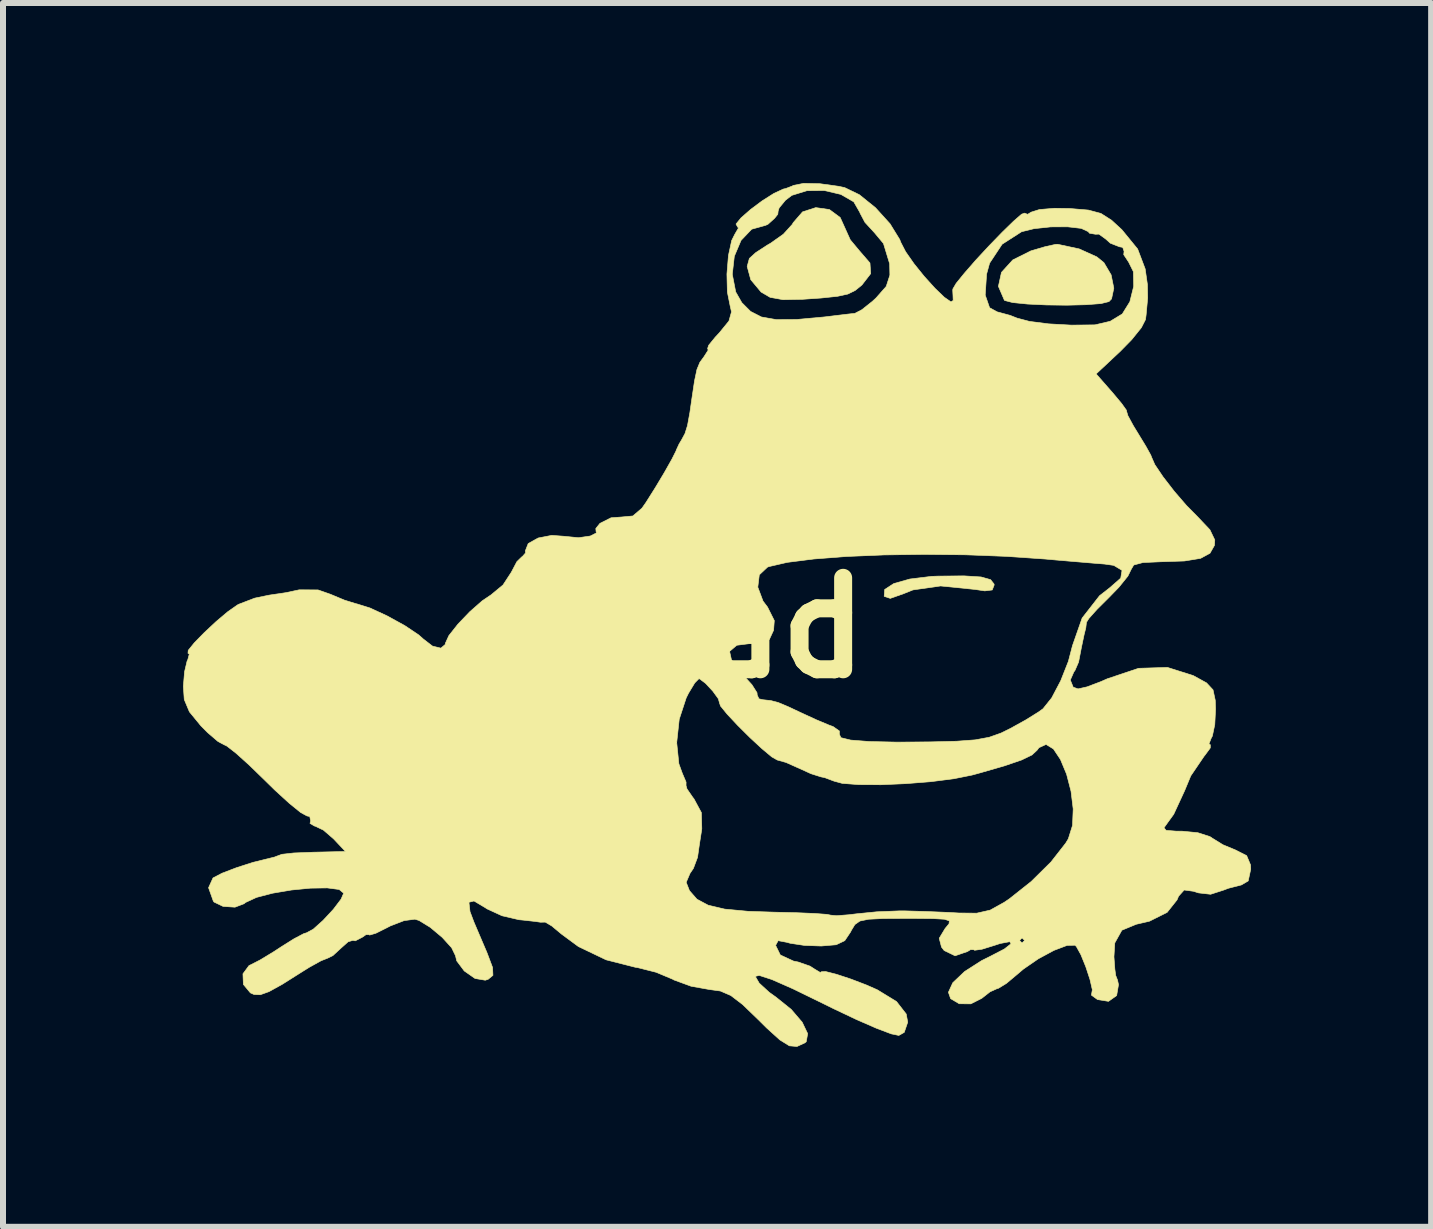
<source format=kicad_pcb>
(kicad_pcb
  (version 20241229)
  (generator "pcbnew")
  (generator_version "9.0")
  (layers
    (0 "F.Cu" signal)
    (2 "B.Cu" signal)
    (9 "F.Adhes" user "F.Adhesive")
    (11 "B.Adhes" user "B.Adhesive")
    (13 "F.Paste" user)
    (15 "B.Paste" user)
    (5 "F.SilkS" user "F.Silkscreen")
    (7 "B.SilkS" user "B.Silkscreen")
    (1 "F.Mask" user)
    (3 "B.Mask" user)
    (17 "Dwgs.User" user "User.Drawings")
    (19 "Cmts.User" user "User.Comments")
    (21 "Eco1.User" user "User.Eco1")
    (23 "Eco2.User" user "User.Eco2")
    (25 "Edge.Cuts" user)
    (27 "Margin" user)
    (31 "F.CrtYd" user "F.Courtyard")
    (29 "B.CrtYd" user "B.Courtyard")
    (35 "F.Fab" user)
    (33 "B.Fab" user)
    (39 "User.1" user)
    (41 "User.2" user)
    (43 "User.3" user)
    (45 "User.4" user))
  (footprint "toad"
    (layer "F.Cu")
    (at 8.857 7.412)
    (property "Reference" "toad" (at 0 0 0) (layer "F.SilkS") (effects (font (size 1.524 1.524) (thickness 0.3))))
    (attr through_hole)
    (fp_poly (pts (xy 4.439 -0.849) (xy 4.598 -0.804) (xy 4.656 -0.73) (xy 4.657 -0.714) (xy 4.625 -0.632) (xy 4.501 -0.617) (xy 4.339 -0.641) (xy 3.764 -0.699) (xy 3.304 -0.633) (xy 3.147 -0.57) (xy 2.926 -0.492) (xy 2.825 -0.526) (xy 2.833 -0.64) (xy 2.985 -0.739) (xy 3.254 -0.815) (xy 3.616 -0.859) (xy 3.725 -0.863) (xy 4.155 -0.867) (xy 4.439 -0.849)) (stroke (width 0.01) (type solid)) (fill yes) (layer "F.SilkS"))
    (fp_poly (pts (xy 6.074 -6.315) (xy 6.368 -6.182) (xy 6.486 -6.086) (xy 6.606 -5.883) (xy 6.651 -5.66) (xy 6.613 -5.482) (xy 6.57 -5.437) (xy 6.437 -5.404) (xy 6.189 -5.385) (xy 5.871 -5.377) (xy 5.531 -5.381) (xy 5.214 -5.396) (xy 4.966 -5.421) (xy 4.834 -5.455) (xy 4.827 -5.461) (xy 4.728 -5.691) (xy 4.779 -5.924) (xy 4.967 -6.131) (xy 5.269 -6.282) (xy 5.507 -6.352) (xy 5.679 -6.39) (xy 5.715 -6.392) (xy 6.074 -6.315)) (stroke (width 0.01) (type solid)) (fill yes) (layer "F.SilkS"))
    (fp_poly (pts (xy 1.912 -6.971) (xy 2.092 -6.838) (xy 2.158 -6.692) (xy 2.26 -6.466) (xy 2.417 -6.278) (xy 2.588 -6.08) (xy 2.6 -5.903) (xy 2.455 -5.715) (xy 2.452 -5.712) (xy 2.341 -5.622) (xy 2.22 -5.563) (xy 2.047 -5.525) (xy 1.78 -5.497) (xy 1.463 -5.475) (xy 1.139 -5.469) (xy 0.924 -5.508) (xy 0.774 -5.596) (xy 0.602 -5.802) (xy 0.542 -6.023) (xy 0.579 -6.157) (xy 0.685 -6.253) (xy 0.877 -6.378) (xy 0.931 -6.409) (xy 1.145 -6.56) (xy 1.294 -6.724) (xy 1.309 -6.752) (xy 1.465 -6.932) (xy 1.685 -7.003) (xy 1.912 -6.971)) (stroke (width 0.01) (type solid)) (fill yes) (layer "F.SilkS"))
    (fp_poly (pts (xy 1.755 -7.401) (xy 2.066 -7.358) (xy 2.167 -7.336) (xy 2.411 -7.218) (xy 2.68 -7.001) (xy 2.922 -6.734) (xy 3.084 -6.471) (xy 3.101 -6.425) (xy 3.182 -6.268) (xy 3.321 -6.069) (xy 3.492 -5.857) (xy 3.67 -5.66) (xy 3.827 -5.509) (xy 3.938 -5.432) (xy 3.976 -5.457) (xy 3.974 -5.468) (xy 3.971 -5.546) (xy 4.508 -5.546) (xy 4.581 -5.335) (xy 4.707 -5.266) (xy 4.922 -5.208) (xy 5.038 -5.162) (xy 5.245 -5.107) (xy 5.565 -5.066) (xy 5.942 -5.045) (xy 6.319 -5.049) (xy 6.34 -5.05) (xy 6.591 -5.109) (xy 6.792 -5.231) (xy 6.918 -5.434) (xy 6.982 -5.691) (xy 6.977 -5.936) (xy 6.895 -6.101) (xy 6.894 -6.101) (xy 6.816 -6.219) (xy 6.822 -6.275) (xy 6.799 -6.341) (xy 6.746 -6.35) (xy 6.593 -6.41) (xy 6.52 -6.476) (xy 6.403 -6.561) (xy 6.346 -6.559) (xy 6.246 -6.576) (xy 6.224 -6.603) (xy 6.108 -6.657) (xy 5.881 -6.683) (xy 5.599 -6.682) (xy 5.321 -6.652) (xy 5.114 -6.601) (xy 4.79 -6.393) (xy 4.581 -6.077) (xy 4.531 -5.895) (xy 4.508 -5.546) (xy 3.971 -5.546) (xy 3.967 -5.622) (xy 3.969 -5.647) (xy 4.024 -5.741) (xy 4.162 -5.911) (xy 4.353 -6.13) (xy 4.572 -6.366) (xy 4.791 -6.592) (xy 4.981 -6.777) (xy 5.114 -6.893) (xy 5.164 -6.911) (xy 5.215 -6.891) (xy 5.273 -6.927) (xy 5.412 -6.971) (xy 5.664 -6.992) (xy 5.917 -6.988) (xy 6.227 -6.962) (xy 6.436 -6.906) (xy 6.613 -6.793) (xy 6.785 -6.635) (xy 7.048 -6.313) (xy 7.173 -5.983) (xy 7.175 -5.971) (xy 7.211 -5.719) (xy 7.215 -5.497) (xy 7.189 -5.216) (xy 7.179 -5.138) (xy 7.11 -5.003) (xy 6.949 -4.803) (xy 6.758 -4.608) (xy 6.356 -4.232) (xy 6.628 -3.922) (xy 6.778 -3.743) (xy 6.86 -3.628) (xy 6.865 -3.605) (xy 6.885 -3.537) (xy 6.975 -3.371) (xy 7.055 -3.24) (xy 7.185 -3.027) (xy 7.267 -2.879) (xy 7.281 -2.842) (xy 7.334 -2.721) (xy 7.47 -2.519) (xy 7.657 -2.277) (xy 7.863 -2.038) (xy 8.044 -1.855) (xy 8.252 -1.635) (xy 8.333 -1.466) (xy 8.328 -1.376) (xy 8.253 -1.244) (xy 8.096 -1.159) (xy 7.826 -1.115) (xy 7.429 -1.102) (xy 7.136 -1.089) (xy 6.983 -1.048) (xy 6.943 -0.981) (xy 6.885 -0.863) (xy 6.735 -0.677) (xy 6.566 -0.503) (xy 6.369 -0.307) (xy 6.235 -0.157) (xy 6.195 -0.093) (xy 6.184 0) (xy 6.156 0.112) (xy 6.111 0.326) (xy 6.064 0.569) (xy 6.002 0.712) (xy 5.986 0.731) (xy 5.926 0.868) (xy 5.974 0.987) (xy 6.055 1.016) (xy 6.205 0.982) (xy 6.435 0.895) (xy 6.541 0.848) (xy 7.063 0.673) (xy 7.544 0.658) (xy 7.974 0.794) (xy 8.196 0.916) (xy 8.304 1.032) (xy 8.341 1.206) (xy 8.346 1.356) (xy 8.333 1.611) (xy 8.293 1.801) (xy 8.272 1.841) (xy 8.236 1.933) (xy 8.259 1.947) (xy 8.258 2) (xy 8.164 2.128) (xy 8.155 2.138) (xy 7.933 2.465) (xy 7.832 2.709) (xy 7.649 3.105) (xy 7.552 3.239) (xy 7.487 3.33) (xy 7.522 3.373) (xy 7.686 3.386) (xy 7.791 3.387) (xy 8.05 3.412) (xy 8.252 3.477) (xy 8.291 3.503) (xy 8.469 3.613) (xy 8.678 3.7) (xy 8.864 3.794) (xy 8.929 3.949) (xy 8.932 4.021) (xy 8.89 4.216) (xy 8.778 4.282) (xy 8.56 4.338) (xy 8.481 4.368) (xy 8.264 4.438) (xy 8.062 4.415) (xy 7.977 4.388) (xy 7.823 4.367) (xy 7.73 4.47) (xy 7.704 4.532) (xy 7.539 4.74) (xy 7.244 4.887) (xy 7.024 4.938) (xy 6.785 5.037) (xy 6.667 5.249) (xy 6.653 5.48) (xy 6.668 5.685) (xy 6.683 5.794) (xy 6.686 5.8) (xy 6.713 5.869) (xy 6.729 5.944) (xy 6.698 6.126) (xy 6.562 6.222) (xy 6.378 6.192) (xy 6.376 6.19) (xy 6.278 6.119) (xy 6.281 6.099) (xy 6.293 6.029) (xy 6.254 5.859) (xy 6.184 5.646) (xy 6.102 5.444) (xy 6.027 5.309) (xy 6.004 5.287) (xy 5.872 5.29) (xy 5.653 5.373) (xy 5.395 5.512) (xy 5.145 5.684) (xy 5.038 5.775) (xy 4.86 5.924) (xy 4.727 6.005) (xy 4.704 6.011) (xy 4.589 6.063) (xy 4.45 6.172) (xy 4.268 6.264) (xy 4.075 6.262) (xy 3.932 6.177) (xy 3.895 6.071) (xy 3.968 5.912) (xy 4.165 5.725) (xy 4.449 5.543) (xy 4.59 5.473) (xy 4.827 5.35) (xy 4.938 5.263) (xy 4.917 5.228) (xy 4.758 5.258) (xy 4.66 5.29) (xy 4.453 5.354) (xy 4.331 5.371) (xy 4.318 5.362) (xy 4.265 5.36) (xy 4.212 5.392) (xy 4.006 5.463) (xy 3.824 5.375) (xy 3.78 5.318) (xy 3.751 5.207) (xy 5.08 5.207) (xy 5.122 5.249) (xy 5.165 5.207) (xy 5.122 5.165) (xy 5.08 5.207) (xy 3.751 5.207) (xy 3.742 5.171) (xy 3.839 5.01) (xy 3.841 5.007) (xy 3.905 4.93) (xy 3.91 4.881) (xy 3.83 4.854) (xy 3.639 4.843) (xy 3.313 4.84) (xy 3.183 4.84) (xy 2.807 4.842) (xy 2.565 4.854) (xy 2.42 4.884) (xy 2.337 4.942) (xy 2.279 5.037) (xy 2.265 5.066) (xy 2.168 5.211) (xy 2.025 5.279) (xy 1.776 5.3) (xy 1.496 5.29) (xy 1.258 5.254) (xy 1.206 5.239) (xy 1.058 5.211) (xy 1.016 5.289) (xy 1.094 5.449) (xy 1.314 5.551) (xy 1.39 5.566) (xy 1.589 5.635) (xy 1.666 5.685) (xy 1.76 5.741) (xy 1.778 5.729) (xy 1.848 5.725) (xy 2.029 5.771) (xy 2.271 5.851) (xy 2.53 5.95) (xy 2.709 6.029) (xy 3.03 6.225) (xy 3.192 6.433) (xy 3.217 6.569) (xy 3.159 6.739) (xy 3.069 6.79) (xy 2.944 6.764) (xy 2.7 6.672) (xy 2.367 6.527) (xy 1.977 6.342) (xy 1.799 6.254) (xy 1.305 6.013) (xy 0.953 5.858) (xy 0.743 5.79) (xy 0.677 5.806) (xy 0.743 5.919) (xy 0.909 6.071) (xy 1.022 6.152) (xy 1.276 6.356) (xy 1.459 6.57) (xy 1.55 6.76) (xy 1.526 6.895) (xy 1.503 6.914) (xy 1.372 6.974) (xy 1.245 6.963) (xy 1.087 6.865) (xy 0.866 6.665) (xy 0.727 6.527) (xy 0.466 6.275) (xy 0.27 6.125) (xy 0.096 6.05) (xy -0.091 6.024) (xy -0.393 5.97) (xy -0.677 5.866) (xy -0.702 5.852) (xy -0.974 5.738) (xy -1.282 5.66) (xy -1.322 5.654) (xy -1.809 5.53) (xy -2.27 5.309) (xy -2.553 5.1) (xy -2.714 4.966) (xy -2.82 4.903) (xy -2.828 4.902) (xy -2.9 4.904) (xy -2.989 4.891) (xy -3.186 4.869) (xy -3.26 4.862) (xy -3.543 4.796) (xy -3.795 4.68) (xy -3.821 4.662) (xy -4.009 4.55) (xy -4.094 4.571) (xy -4.076 4.727) (xy -4.011 4.9) (xy -3.899 5.163) (xy -3.799 5.397) (xy -3.79 5.419) (xy -3.7 5.658) (xy -3.694 5.789) (xy -3.774 5.855) (xy -3.822 5.87) (xy -3.992 5.841) (xy -4.172 5.715) (xy -4.297 5.548) (xy -4.318 5.461) (xy -4.382 5.329) (xy -4.539 5.156) (xy -4.737 4.99) (xy -4.924 4.875) (xy -4.994 4.853) (xy -5.174 4.877) (xy -5.407 4.967) (xy -5.46 4.995) (xy -5.644 5.087) (xy -5.749 5.118) (xy -5.757 5.111) (xy -5.809 5.111) (xy -5.871 5.154) (xy -5.988 5.214) (xy -6.027 5.206) (xy -6.106 5.229) (xy -6.223 5.333) (xy -6.361 5.46) (xy -6.449 5.503) (xy -6.558 5.546) (xy -6.753 5.654) (xy -6.881 5.734) (xy -7.206 5.939) (xy -7.425 6.06) (xy -7.57 6.112) (xy -7.674 6.108) (xy -7.735 6.081) (xy -7.852 5.94) (xy -7.859 5.763) (xy -7.758 5.626) (xy -7.726 5.611) (xy -7.57 5.531) (xy -7.343 5.393) (xy -7.227 5.317) (xy -7.009 5.18) (xy -6.846 5.094) (xy -6.799 5.08) (xy -6.688 5.02) (xy -6.524 4.873) (xy -6.353 4.689) (xy -6.224 4.519) (xy -6.181 4.42) (xy -6.256 4.358) (xy -6.454 4.332) (xy -6.733 4.336) (xy -7.05 4.367) (xy -7.364 4.42) (xy -7.633 4.49) (xy -7.815 4.574) (xy -7.842 4.596) (xy -7.992 4.653) (xy -8.19 4.64) (xy -8.34 4.568) (xy -8.353 4.551) (xy -8.432 4.329) (xy -8.359 4.168) (xy -8.353 4.163) (xy -8.207 4.087) (xy -7.964 3.994) (xy -7.69 3.906) (xy -7.467 3.851) (xy -7.333 3.818) (xy -7.303 3.806) (xy -7.21 3.772) (xy -7.014 3.75) (xy -6.683 3.737) (xy -6.632 3.736) (xy -6.151 3.725) (xy -6.35 3.514) (xy -6.518 3.369) (xy -6.658 3.302) (xy -6.666 3.302) (xy -6.742 3.257) (xy -6.731 3.217) (xy -6.746 3.142) (xy -6.792 3.133) (xy -6.897 3.076) (xy -7.087 2.922) (xy -7.331 2.699) (xy -7.493 2.54) (xy -7.752 2.288) (xy -7.973 2.089) (xy -8.125 1.97) (xy -8.172 1.947) (xy -8.24 1.911) (xy -0.632 1.911) (xy -0.596 2.264) (xy -0.539 2.421) (xy -0.476 2.569) (xy -0.477 2.625) (xy -0.461 2.682) (xy -0.365 2.822) (xy -0.345 2.847) (xy -0.221 3.077) (xy -0.214 3.347) (xy -0.218 3.376) (xy -0.256 3.621) (xy -0.283 3.81) (xy -0.285 3.823) (xy -0.354 4.007) (xy -0.411 4.091) (xy -0.474 4.239) (xy -0.42 4.377) (xy -0.295 4.52) (xy -0.108 4.62) (xy 0.167 4.685) (xy 0.56 4.722) (xy 0.987 4.736) (xy 1.362 4.745) (xy 1.669 4.758) (xy 1.872 4.773) (xy 1.935 4.786) (xy 2.032 4.795) (xy 2.237 4.779) (xy 2.36 4.764) (xy 2.701 4.73) (xy 3.072 4.715) (xy 3.175 4.715) (xy 3.524 4.725) (xy 3.914 4.741) (xy 4.065 4.75) (xy 4.367 4.753) (xy 4.591 4.702) (xy 4.825 4.572) (xy 4.912 4.513) (xy 5.275 4.225) (xy 5.604 3.9) (xy 5.848 3.588) (xy 5.893 3.514) (xy 5.963 3.29) (xy 5.974 3.017) (xy 5.938 2.722) (xy 5.864 2.437) (xy 5.762 2.192) (xy 5.645 2.017) (xy 5.522 1.941) (xy 5.403 1.996) (xy 5.373 2.037) (xy 5.287 2.117) (xy 5.113 2.201) (xy 4.826 2.299) (xy 4.402 2.421) (xy 4.288 2.452) (xy 3.985 2.513) (xy 3.602 2.562) (xy 3.183 2.595) (xy 2.77 2.613) (xy 2.403 2.611) (xy 2.126 2.59) (xy 1.99 2.553) (xy 1.833 2.494) (xy 1.772 2.482) (xy 1.605 2.429) (xy 1.392 2.332) (xy 1.391 2.332) (xy 1.19 2.242) (xy 1.048 2.202) (xy 1.045 2.202) (xy 0.952 2.149) (xy 0.788 2.012) (xy 0.587 1.826) (xy 0.382 1.622) (xy 0.208 1.436) (xy 0.098 1.301) (xy 0.081 1.25) (xy 0.062 1.181) (xy -0.031 1.053) (xy -0.151 0.924) (xy -0.249 0.85) (xy -0.263 0.847) (xy -0.331 0.916) (xy -0.435 1.088) (xy -0.473 1.164) (xy -0.59 1.521) (xy -0.632 1.911) (xy -8.24 1.911) (xy -8.278 1.89) (xy -8.448 1.744) (xy -8.561 1.63) (xy -8.751 1.398) (xy -8.837 1.193) (xy -8.852 0.974) (xy -8.832 0.73) (xy -8.79 0.553) (xy -8.778 0.529) (xy -8.753 0.436) (xy -8.775 0.423) (xy -8.772 0.391) (xy 0.249 0.391) (xy 0.286 0.558) (xy 0.459 0.768) (xy 0.621 0.946) (xy 0.706 1.08) (xy 0.709 1.119) (xy 0.738 1.181) (xy 0.799 1.196) (xy 0.937 1.211) (xy 1.059 1.243) (xy 1.226 1.313) (xy 1.439 1.413) (xy 1.695 1.531) (xy 1.908 1.62) (xy 1.974 1.644) (xy 2.078 1.717) (xy 2.078 1.772) (xy 2.104 1.829) (xy 2.267 1.869) (xy 2.576 1.893) (xy 3.037 1.903) (xy 3.598 1.899) (xy 4.032 1.888) (xy 4.343 1.865) (xy 4.574 1.822) (xy 4.772 1.752) (xy 4.928 1.675) (xy 5.186 1.532) (xy 5.398 1.4) (xy 5.471 1.347) (xy 5.616 1.166) (xy 5.766 0.881) (xy 5.894 0.557) (xy 5.962 0.296) (xy 6.123 -0.164) (xy 6.413 -0.536) (xy 6.581 -0.667) (xy 6.766 -0.829) (xy 6.788 -0.959) (xy 6.65 -1.042) (xy 6.497 -1.064) (xy 6.331 -1.077) (xy 6.046 -1.101) (xy 5.69 -1.131) (xy 5.503 -1.148) (xy 4.863 -1.192) (xy 4.182 -1.218) (xy 3.491 -1.225) (xy 2.819 -1.216) (xy 2.195 -1.19) (xy 1.649 -1.148) (xy 1.209 -1.092) (xy 0.906 -1.022) (xy 0.881 -1.013) (xy 0.744 -0.884) (xy 0.719 -0.679) (xy 0.806 -0.447) (xy 0.881 -0.348) (xy 0.994 -0.122) (xy 0.982 0.039) (xy 0.912 0.191) (xy 0.766 0.248) (xy 0.644 0.254) (xy 0.369 0.289) (xy 0.249 0.391) (xy -8.772 0.391) (xy -8.771 0.374) (xy -8.67 0.249) (xy -8.504 0.079) (xy -8.307 -0.105) (xy -8.113 -0.269) (xy -7.952 -0.382) (xy -7.932 -0.393) (xy -7.664 -0.496) (xy -7.424 -0.546) (xy -7.146 -0.587) (xy -6.921 -0.635) (xy -6.608 -0.633) (xy -6.402 -0.561) (xy -6.168 -0.463) (xy -5.974 -0.403) (xy -5.959 -0.4) (xy -5.742 -0.332) (xy -5.456 -0.2) (xy -5.165 -0.04) (xy -4.933 0.115) (xy -4.854 0.185) (xy -4.701 0.303) (xy -4.561 0.337) (xy -4.489 0.276) (xy -4.487 0.257) (xy -4.428 0.128) (xy -4.278 -0.062) (xy -4.079 -0.27) (xy -3.873 -0.451) (xy -3.725 -0.551) (xy -3.526 -0.716) (xy -3.388 -0.927) (xy -3.295 -1.104) (xy -3.212 -1.185) (xy -3.207 -1.185) (xy -3.151 -1.249) (xy -3.154 -1.284) (xy -3.106 -1.406) (xy -2.941 -1.498) (xy -2.714 -1.542) (xy -2.511 -1.527) (xy -2.268 -1.503) (xy -2.072 -1.531) (xy -1.968 -1.584) (xy -1.975 -1.603) (xy -1.98 -1.656) (xy -1.911 -1.742) (xy -1.726 -1.835) (xy -1.549 -1.848) (xy -1.363 -1.865) (xy -1.212 -1.994) (xy -1.147 -2.086) (xy -0.99 -2.335) (xy -0.836 -2.592) (xy -0.712 -2.812) (xy -0.644 -2.947) (xy -0.639 -2.963) (xy -0.593 -3.063) (xy -0.551 -3.133) (xy -0.494 -3.239) (xy -0.452 -3.373) (xy -0.413 -3.586) (xy -0.381 -3.81) (xy -0.335 -4.117) (xy -0.295 -4.306) (xy -0.246 -4.425) (xy -0.176 -4.521) (xy -0.108 -4.628) (xy -0.117 -4.657) (xy -0.099 -4.71) (xy 0.011 -4.845) (xy 0.079 -4.918) (xy 0.238 -5.113) (xy 0.281 -5.266) (xy 0.258 -5.367) (xy 0.212 -5.596) (xy 0.205 -5.892) (xy 0.294 -5.892) (xy 0.351 -5.598) (xy 0.453 -5.419) (xy 0.599 -5.273) (xy 0.781 -5.18) (xy 1.027 -5.137) (xy 1.369 -5.139) (xy 1.836 -5.182) (xy 2.032 -5.206) (xy 2.232 -5.23) (xy 2.337 -5.241) (xy 2.452 -5.301) (xy 2.627 -5.44) (xy 2.688 -5.496) (xy 2.859 -5.69) (xy 2.92 -5.878) (xy 2.916 -6.067) (xy 2.813 -6.405) (xy 2.662 -6.586) (xy 2.504 -6.758) (xy 2.421 -6.915) (xy 2.419 -6.924) (xy 2.318 -7.099) (xy 2.103 -7.223) (xy 1.826 -7.288) (xy 1.537 -7.285) (xy 1.286 -7.207) (xy 1.18 -7.126) (xy 1.075 -6.998) (xy 1.057 -6.943) (xy 1.058 -6.943) (xy 1.052 -6.892) (xy 0.998 -6.824) (xy 0.888 -6.725) (xy 0.847 -6.707) (xy 0.617 -6.643) (xy 0.44 -6.457) (xy 0.328 -6.192) (xy 0.294 -5.892) (xy 0.205 -5.892) (xy 0.205 -5.897) (xy 0.23 -6.205) (xy 0.284 -6.455) (xy 0.335 -6.557) (xy 0.396 -6.662) (xy 0.378 -6.689) (xy 0.356 -6.729) (xy 0.44 -6.832) (xy 0.597 -6.97) (xy 0.791 -7.115) (xy 0.985 -7.238) (xy 1.144 -7.312) (xy 1.185 -7.321) (xy 1.29 -7.361) (xy 1.312 -7.373) (xy 1.483 -7.407) (xy 1.755 -7.401)) (stroke (width 0.01) (type solid)) (fill yes) (layer "F.SilkS")))
  (gr_rect
    (start -3 -3)
    (end 20.795 17.39)
    (stroke (width 0.1) (type default))
    (fill no)
    (layer "Edge.Cuts")))
</source>
